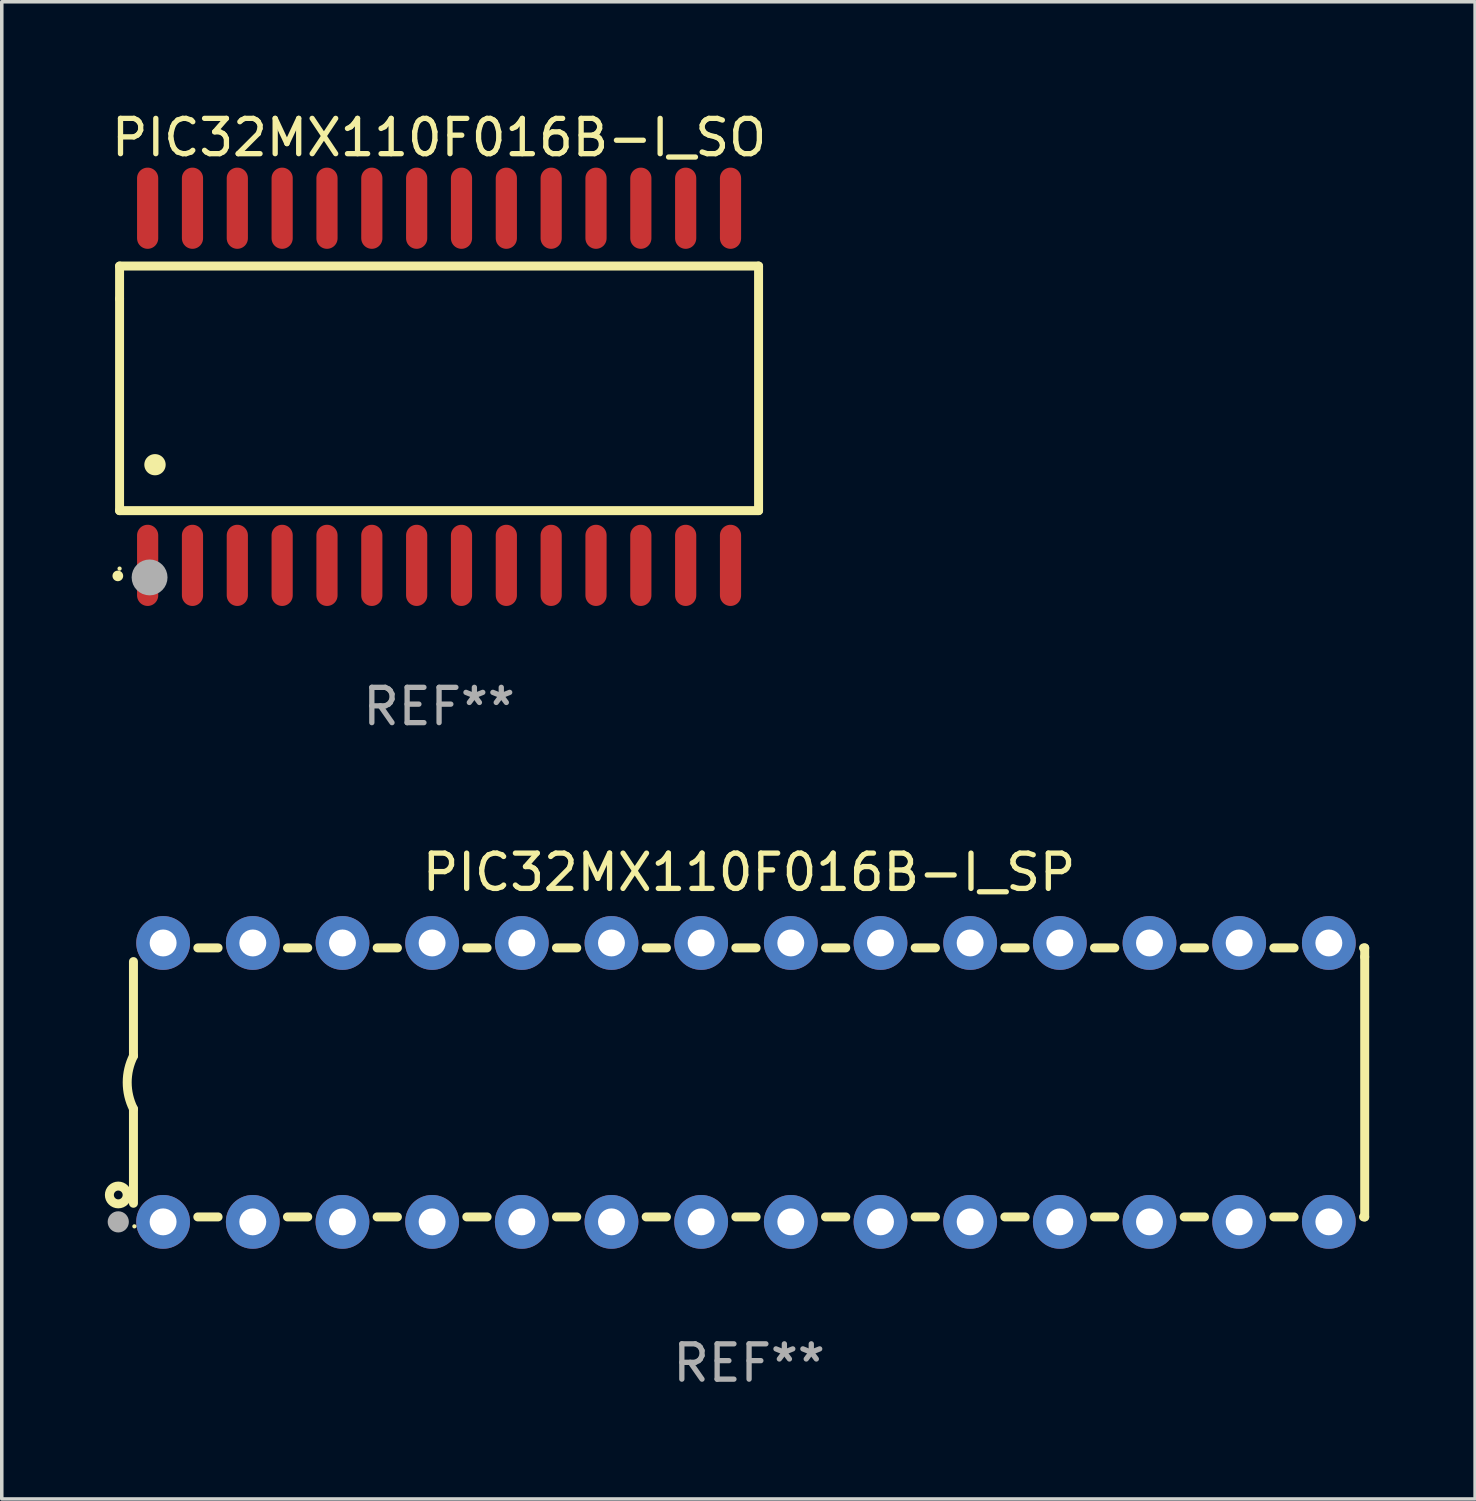
<source format=kicad_pcb>
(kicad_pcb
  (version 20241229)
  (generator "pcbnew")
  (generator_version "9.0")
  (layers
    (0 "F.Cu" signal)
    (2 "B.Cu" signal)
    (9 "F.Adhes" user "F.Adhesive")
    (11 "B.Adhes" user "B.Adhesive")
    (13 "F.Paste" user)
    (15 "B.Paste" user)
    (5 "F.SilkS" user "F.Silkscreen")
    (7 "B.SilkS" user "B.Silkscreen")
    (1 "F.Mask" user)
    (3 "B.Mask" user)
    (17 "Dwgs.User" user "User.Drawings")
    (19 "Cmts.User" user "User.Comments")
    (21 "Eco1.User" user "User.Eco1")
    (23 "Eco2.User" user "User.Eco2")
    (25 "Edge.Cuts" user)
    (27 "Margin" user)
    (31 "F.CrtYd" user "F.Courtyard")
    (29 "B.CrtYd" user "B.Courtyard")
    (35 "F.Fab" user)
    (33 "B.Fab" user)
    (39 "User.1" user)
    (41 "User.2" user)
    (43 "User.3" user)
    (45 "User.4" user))
  (footprint "PIC32MX110F016B-I_SO"
    (layer "F.Cu")
    (at 9.387 7.906)
    (property "Reference" "PIC32MX110F016B-I_SO" (at 0 -7.058 0) (layer "F.SilkS") (effects (font (size 1 1) (thickness 0.15))))
    (attr through_hole)
    (fp_line (start -9.05 -3.42) (end 9.05 -3.42) (stroke (width 0.254) (type solid)) (layer "F.SilkS"))
    (fp_line (start -9.05 -2.492) (end -9.05 -3.42) (stroke (width 0.254) (type solid)) (layer "F.SilkS"))
    (fp_line (start -9.05 3.508) (end -9.05 -2.492) (stroke (width 0.254) (type solid)) (layer "F.SilkS"))
    (fp_line (start 9.05 -3.42) (end 9.05 3.508) (stroke (width 0.254) (type solid)) (layer "F.SilkS"))
    (fp_line (start 9.05 3.508) (end -9.05 3.508) (stroke (width 0.254) (type solid)) (layer "F.SilkS"))
    (fp_arc (start -9.100838 5.35649) (mid -9.099568 5.356485) (end -9.098298 5.35649) (stroke (width 0.3) (type solid)) (layer "F.SilkS"))
    (fp_arc (start -8.049276 2.206883) (mid -8.046736 2.206872) (end -8.044196 2.206883) (stroke (width 0.6) (type solid)) (layer "F.SilkS"))
    (fp_circle (center -9.05 5.15) (end -9.02 5.15) (stroke (width 0.06) (type solid)) (fill no) (layer "F.SilkS"))
    (fp_circle (center -8.2 5.4) (end -7.946 5.4) (stroke (width 0.508) (type solid)) (fill no) (layer "F.Fab"))
    (fp_text user "REF**" (at 0 9.058 0) (layer "F.Fab") (effects (font (size 1 1) (thickness 0.15))))
    (pad "1" smd oval (at -8.255 5.058 180) (size 0.6 2.3) (layers "F.Cu" "F.Mask" "F.Paste"))
    (pad "2" smd oval (at -6.985 5.058 180) (size 0.6 2.3) (layers "F.Cu" "F.Mask" "F.Paste"))
    (pad "3" smd oval (at -5.715 5.058 180) (size 0.6 2.3) (layers "F.Cu" "F.Mask" "F.Paste"))
    (pad "4" smd oval (at -4.445 5.058 180) (size 0.6 2.3) (layers "F.Cu" "F.Mask" "F.Paste"))
    (pad "5" smd oval (at -3.175 5.058 180) (size 0.6 2.3) (layers "F.Cu" "F.Mask" "F.Paste"))
    (pad "6" smd oval (at -1.905 5.058 180) (size 0.6 2.3) (layers "F.Cu" "F.Mask" "F.Paste"))
    (pad "7" smd oval (at -0.635 5.058 180) (size 0.6 2.3) (layers "F.Cu" "F.Mask" "F.Paste"))
    (pad "8" smd oval (at 0.635 5.058 180) (size 0.6 2.3) (layers "F.Cu" "F.Mask" "F.Paste"))
    (pad "9" smd oval (at 1.905 5.058 180) (size 0.6 2.3) (layers "F.Cu" "F.Mask" "F.Paste"))
    (pad "10" smd oval (at 3.175 5.058 180) (size 0.6 2.3) (layers "F.Cu" "F.Mask" "F.Paste"))
    (pad "11" smd oval (at 4.445 5.058 180) (size 0.6 2.3) (layers "F.Cu" "F.Mask" "F.Paste"))
    (pad "12" smd oval (at 5.715 5.058 180) (size 0.6 2.3) (layers "F.Cu" "F.Mask" "F.Paste"))
    (pad "13" smd oval (at 6.985 5.058 180) (size 0.6 2.3) (layers "F.Cu" "F.Mask" "F.Paste"))
    (pad "14" smd oval (at 8.255 5.058 180) (size 0.6 2.3) (layers "F.Cu" "F.Mask" "F.Paste"))
    (pad "15" smd oval (at 8.255 -5.058 180) (size 0.6 2.3) (layers "F.Cu" "F.Mask" "F.Paste"))
    (pad "16" smd oval (at 6.985 -5.058 180) (size 0.6 2.3) (layers "F.Cu" "F.Mask" "F.Paste"))
    (pad "17" smd oval (at 5.715 -5.058 180) (size 0.6 2.3) (layers "F.Cu" "F.Mask" "F.Paste"))
    (pad "18" smd oval (at 4.445 -5.058 180) (size 0.6 2.3) (layers "F.Cu" "F.Mask" "F.Paste"))
    (pad "19" smd oval (at 3.175 -5.058 180) (size 0.6 2.3) (layers "F.Cu" "F.Mask" "F.Paste"))
    (pad "20" smd oval (at 1.905 -5.058 180) (size 0.6 2.3) (layers "F.Cu" "F.Mask" "F.Paste"))
    (pad "21" smd oval (at 0.635 -5.058 180) (size 0.6 2.3) (layers "F.Cu" "F.Mask" "F.Paste"))
    (pad "22" smd oval (at -0.635 -5.058 180) (size 0.6 2.3) (layers "F.Cu" "F.Mask" "F.Paste"))
    (pad "23" smd oval (at -1.905 -5.058 180) (size 0.6 2.3) (layers "F.Cu" "F.Mask" "F.Paste"))
    (pad "24" smd oval (at -3.175 -5.058 180) (size 0.6 2.3) (layers "F.Cu" "F.Mask" "F.Paste"))
    (pad "25" smd oval (at -4.445 -5.058 180) (size 0.6 2.3) (layers "F.Cu" "F.Mask" "F.Paste"))
    (pad "26" smd oval (at -5.715 -5.058 180) (size 0.6 2.3) (layers "F.Cu" "F.Mask" "F.Paste"))
    (pad "27" smd oval (at -6.985 -5.058 180) (size 0.6 2.3) (layers "F.Cu" "F.Mask" "F.Paste"))
    (pad "28" smd oval (at -8.255 -5.058 180) (size 0.6 2.3) (layers "F.Cu" "F.Mask" "F.Paste")))
  (footprint "PIC32MX110F016B-I_SP"
    (layer "F.Cu")
    (at 18.168 27.61)
    (property "Reference" "PIC32MX110F016B-I_SP" (at 0 -5.95 0) (layer "F.SilkS") (effects (font (size 1 1) (thickness 0.15))))
    (attr through_hole)
    (fp_line (start -17.438 0.75) (end -17.438 3.423) (stroke (width 0.254) (type solid)) (layer "F.SilkS"))
    (fp_line (start -17.438 -3.423) (end -17.438 -0.75) (stroke (width 0.254) (type solid)) (layer "F.SilkS"))
    (fp_line (start -15.615 3.81) (end -15.041 3.81) (stroke (width 0.254) (type solid)) (layer "F.SilkS"))
    (fp_line (start -15.041 -3.81) (end -15.614 -3.81) (stroke (width 0.254) (type solid)) (layer "F.SilkS"))
    (fp_line (start -13.075 3.81) (end -12.501 3.81) (stroke (width 0.254) (type solid)) (layer "F.SilkS"))
    (fp_line (start -12.501 -3.81) (end -13.074 -3.81) (stroke (width 0.254) (type solid)) (layer "F.SilkS"))
    (fp_line (start -10.535 3.81) (end -9.961 3.81) (stroke (width 0.254) (type solid)) (layer "F.SilkS"))
    (fp_line (start -9.961 -3.81) (end -10.534 -3.81) (stroke (width 0.254) (type solid)) (layer "F.SilkS"))
    (fp_line (start -7.995 3.81) (end -7.421 3.81) (stroke (width 0.254) (type solid)) (layer "F.SilkS"))
    (fp_line (start -7.421 -3.81) (end -7.995 -3.81) (stroke (width 0.254) (type solid)) (layer "F.SilkS"))
    (fp_line (start -5.455 3.81) (end -4.881 3.81) (stroke (width 0.254) (type solid)) (layer "F.SilkS"))
    (fp_line (start -4.881 -3.81) (end -5.455 -3.81) (stroke (width 0.254) (type solid)) (layer "F.SilkS"))
    (fp_line (start -2.915 3.81) (end -2.341 3.81) (stroke (width 0.254) (type solid)) (layer "F.SilkS"))
    (fp_line (start -2.341 -3.81) (end -2.915 -3.81) (stroke (width 0.254) (type solid)) (layer "F.SilkS"))
    (fp_line (start -0.375 3.81) (end 0.199 3.81) (stroke (width 0.254) (type solid)) (layer "F.SilkS"))
    (fp_line (start 0.199 -3.81) (end -0.375 -3.81) (stroke (width 0.254) (type solid)) (layer "F.SilkS"))
    (fp_line (start 2.165 3.81) (end 2.739 3.81) (stroke (width 0.254) (type solid)) (layer "F.SilkS"))
    (fp_line (start 2.739 -3.81) (end 2.165 -3.81) (stroke (width 0.254) (type solid)) (layer "F.SilkS"))
    (fp_line (start 4.705 3.81) (end 5.279 3.81) (stroke (width 0.254) (type solid)) (layer "F.SilkS"))
    (fp_line (start 5.279 -3.81) (end 4.705 -3.81) (stroke (width 0.254) (type solid)) (layer "F.SilkS"))
    (fp_line (start 7.245 3.81) (end 7.819 3.81) (stroke (width 0.254) (type solid)) (layer "F.SilkS"))
    (fp_line (start 7.819 -3.81) (end 7.245 -3.81) (stroke (width 0.254) (type solid)) (layer "F.SilkS"))
    (fp_line (start 9.785 3.81) (end 10.359 3.81) (stroke (width 0.254) (type solid)) (layer "F.SilkS"))
    (fp_line (start 10.359 -3.81) (end 9.785 -3.81) (stroke (width 0.254) (type solid)) (layer "F.SilkS"))
    (fp_line (start 12.325 3.81) (end 12.899 3.81) (stroke (width 0.254) (type solid)) (layer "F.SilkS"))
    (fp_line (start 12.899 -3.81) (end 12.325 -3.81) (stroke (width 0.254) (type solid)) (layer "F.SilkS"))
    (fp_line (start 14.865 3.81) (end 15.439 3.81) (stroke (width 0.254) (type solid)) (layer "F.SilkS"))
    (fp_line (start 15.439 -3.81) (end 14.865 -3.81) (stroke (width 0.254) (type solid)) (layer "F.SilkS"))
    (fp_line (start 17.405 3.81) (end 17.438 3.81) (stroke (width 0.254) (type solid)) (layer "F.SilkS"))
    (fp_line (start 17.438 -3.81) (end 17.405 -3.81) (stroke (width 0.254) (type solid)) (layer "F.SilkS"))
    (fp_line (start 17.438 -3.556) (end 17.438 -3.81) (stroke (width 0.254) (type solid)) (layer "F.SilkS"))
    (fp_line (start 17.438 3.81) (end 17.438 -3.556) (stroke (width 0.254) (type solid)) (layer "F.SilkS"))
    (fp_arc (start -17.437986 0.749657) (mid -17.614887 -0.000024) (end -17.437783 -0.749657) (stroke (width 0.254001) (type solid)) (layer "F.SilkS"))
    (fp_circle (center -17.868 3.188) (end -17.743 3.188) (stroke (width 0.254) (type solid)) (fill no) (layer "F.SilkS"))
    (fp_circle (center -17.411 4.077) (end -17.381 4.077) (stroke (width 0.06) (type solid)) (fill no) (layer "F.SilkS"))
    (fp_circle (center -17.868 3.95) (end -17.718 3.95) (stroke (width 0.3) (type solid)) (fill no) (layer "F.Fab"))
    (fp_text user "REF**" (at 0 7.95 0) (layer "F.Fab") (effects (font (size 1 1) (thickness 0.15))))
    (pad "1" thru_hole circle (at -16.598 3.95) (size 1.524 1.524) (drill 0.762) (layers "*.Cu" "*.Mask"))
    (pad "2" thru_hole circle (at -14.058 3.95) (size 1.524 1.524) (drill 0.762) (layers "*.Cu" "*.Mask"))
    (pad "3" thru_hole circle (at -11.518 3.95) (size 1.524 1.524) (drill 0.762) (layers "*.Cu" "*.Mask"))
    (pad "4" thru_hole circle (at -8.978 3.95) (size 1.524 1.524) (drill 0.762) (layers "*.Cu" "*.Mask"))
    (pad "5" thru_hole circle (at -6.438 3.95) (size 1.524 1.524) (drill 0.762) (layers "*.Cu" "*.Mask"))
    (pad "6" thru_hole circle (at -3.898 3.95) (size 1.524 1.524) (drill 0.762) (layers "*.Cu" "*.Mask"))
    (pad "7" thru_hole circle (at -1.358 3.95) (size 1.524 1.524) (drill 0.762) (layers "*.Cu" "*.Mask"))
    (pad "8" thru_hole circle (at 1.182 3.95) (size 1.524 1.524) (drill 0.762) (layers "*.Cu" "*.Mask"))
    (pad "9" thru_hole circle (at 3.722 3.95) (size 1.524 1.524) (drill 0.762) (layers "*.Cu" "*.Mask"))
    (pad "10" thru_hole circle (at 6.262 3.95) (size 1.524 1.524) (drill 0.762) (layers "*.Cu" "*.Mask"))
    (pad "11" thru_hole circle (at 8.802 3.95) (size 1.524 1.524) (drill 0.762) (layers "*.Cu" "*.Mask"))
    (pad "12" thru_hole circle (at 11.342 3.95) (size 1.524 1.524) (drill 0.762) (layers "*.Cu" "*.Mask"))
    (pad "13" thru_hole circle (at 13.882 3.95) (size 1.524 1.524) (drill 0.762) (layers "*.Cu" "*.Mask"))
    (pad "14" thru_hole circle (at 16.422 3.95) (size 1.524 1.524) (drill 0.762) (layers "*.Cu" "*.Mask"))
    (pad "15" thru_hole circle (at 16.422 -3.95) (size 1.524 1.524) (drill 0.762) (layers "*.Cu" "*.Mask"))
    (pad "16" thru_hole circle (at 13.882 -3.95) (size 1.524 1.524) (drill 0.762) (layers "*.Cu" "*.Mask"))
    (pad "17" thru_hole circle (at 11.342 -3.95) (size 1.524 1.524) (drill 0.762) (layers "*.Cu" "*.Mask"))
    (pad "18" thru_hole circle (at 8.802 -3.95) (size 1.524 1.524) (drill 0.762) (layers "*.Cu" "*.Mask"))
    (pad "19" thru_hole circle (at 6.262 -3.95) (size 1.524 1.524) (drill 0.762) (layers "*.Cu" "*.Mask"))
    (pad "20" thru_hole circle (at 3.722 -3.95) (size 1.524 1.524) (drill 0.762) (layers "*.Cu" "*.Mask"))
    (pad "21" thru_hole circle (at 1.182 -3.95) (size 1.524 1.524) (drill 0.762) (layers "*.Cu" "*.Mask"))
    (pad "22" thru_hole circle (at -1.358 -3.95) (size 1.524 1.524) (drill 0.762) (layers "*.Cu" "*.Mask"))
    (pad "23" thru_hole circle (at -3.898 -3.95) (size 1.524 1.524) (drill 0.762) (layers "*.Cu" "*.Mask"))
    (pad "24" thru_hole circle (at -6.438 -3.95) (size 1.524 1.524) (drill 0.762) (layers "*.Cu" "*.Mask"))
    (pad "25" thru_hole circle (at -8.978 -3.95) (size 1.524 1.524) (drill 0.762) (layers "*.Cu" "*.Mask"))
    (pad "26" thru_hole circle (at -11.517 -3.95) (size 1.524 1.524) (drill 0.762) (layers "*.Cu" "*.Mask"))
    (pad "27" thru_hole circle (at -14.057 -3.95) (size 1.524 1.524) (drill 0.762) (layers "*.Cu" "*.Mask"))
    (pad "28" thru_hole circle (at -16.597 -3.95) (size 1.524 1.524) (drill 0.762) (layers "*.Cu" "*.Mask")))
  (gr_rect
    (start -3 -3)
    (end 38.733 39.408)
    (stroke (width 0.1) (type default))
    (fill no)
    (layer "Edge.Cuts")))
</source>
